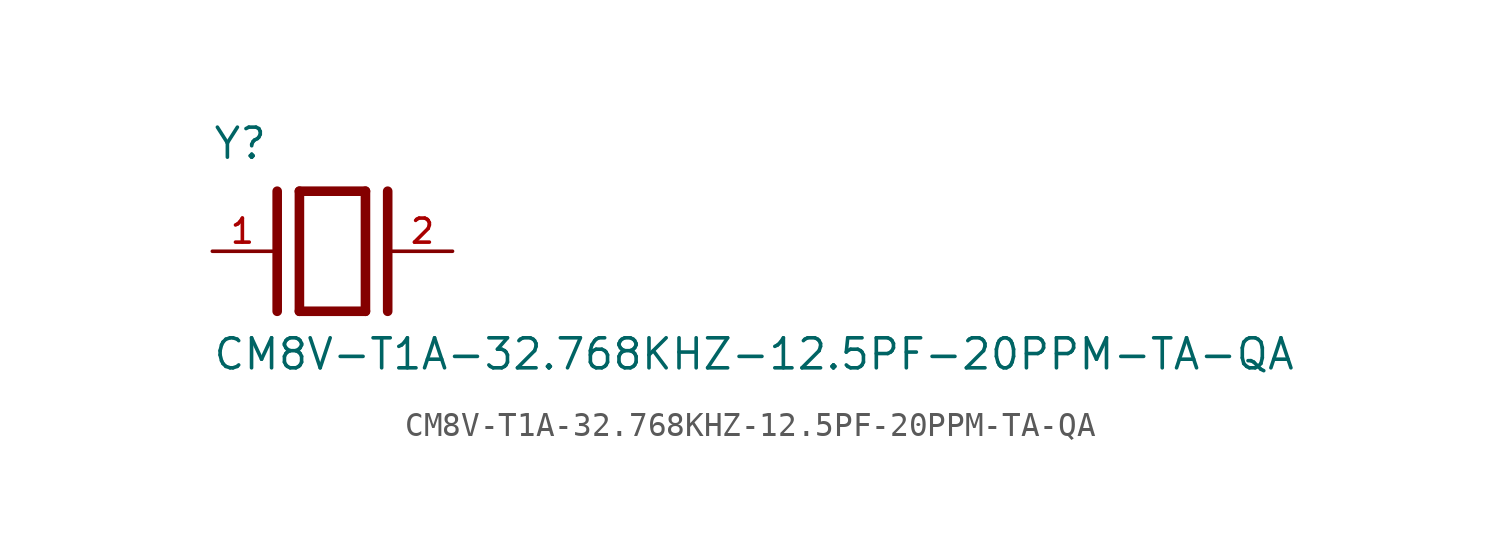
<source format=kicad_sym>
(kicad_symbol_lib
  (version 20211014)
  (generator kicad_symbol_editor)
  (symbol "CM8V-T1A-32.768KHZ-12.5PF-20PPM-TA-QA"
    (pin_names
      (offset 1.016))
    (property "Reference" "Y"
      (at -5.088 3.816 0)
      (effects (font (size 1.27 1.27)) (justify bottom left)))
    (property "Value" "CM8V-T1A-32.768KHZ-12.5PF-20PPM-TA-QA"
      (at -5.094 -5.094 0)
      (effects (font (size 1.27 1.27)) (justify bottom left)))
    (symbol "CM8V-T1A-32.768KHZ-12.5PF-20PPM-TA-QA_0_0"
      (polyline (pts (xy -1.397 2.54) (xy 1.397 2.54)) (stroke (width 0.406)))
      (polyline (pts (xy 1.397 2.54) (xy 1.397 -2.54)) (stroke (width 0.406)))
      (polyline (pts (xy 1.397 -2.54) (xy -1.397 -2.54)) (stroke (width 0.406)))
      (polyline (pts (xy -1.397 2.54) (xy -1.397 -2.54)) (stroke (width 0.406)))
      (polyline (pts (xy 2.337 2.54) (xy 2.337 -2.54)) (stroke (width 0.406)))
      (polyline (pts (xy -2.337 2.54) (xy -2.337 -2.54)) (stroke (width 0.406)))
      (pin passive line (at 5.08 0.0 180.0) (length 2.54) (name "~" (effects (font (size 1.016 1.016)))) (number "2" (effects (font (size 1.016 1.016)))))
      (pin passive line (at -5.08 0.0 0) (length 2.54) (name "~" (effects (font (size 1.016 1.016)))) (number "1" (effects (font (size 1.016 1.016))))))))
</source>
